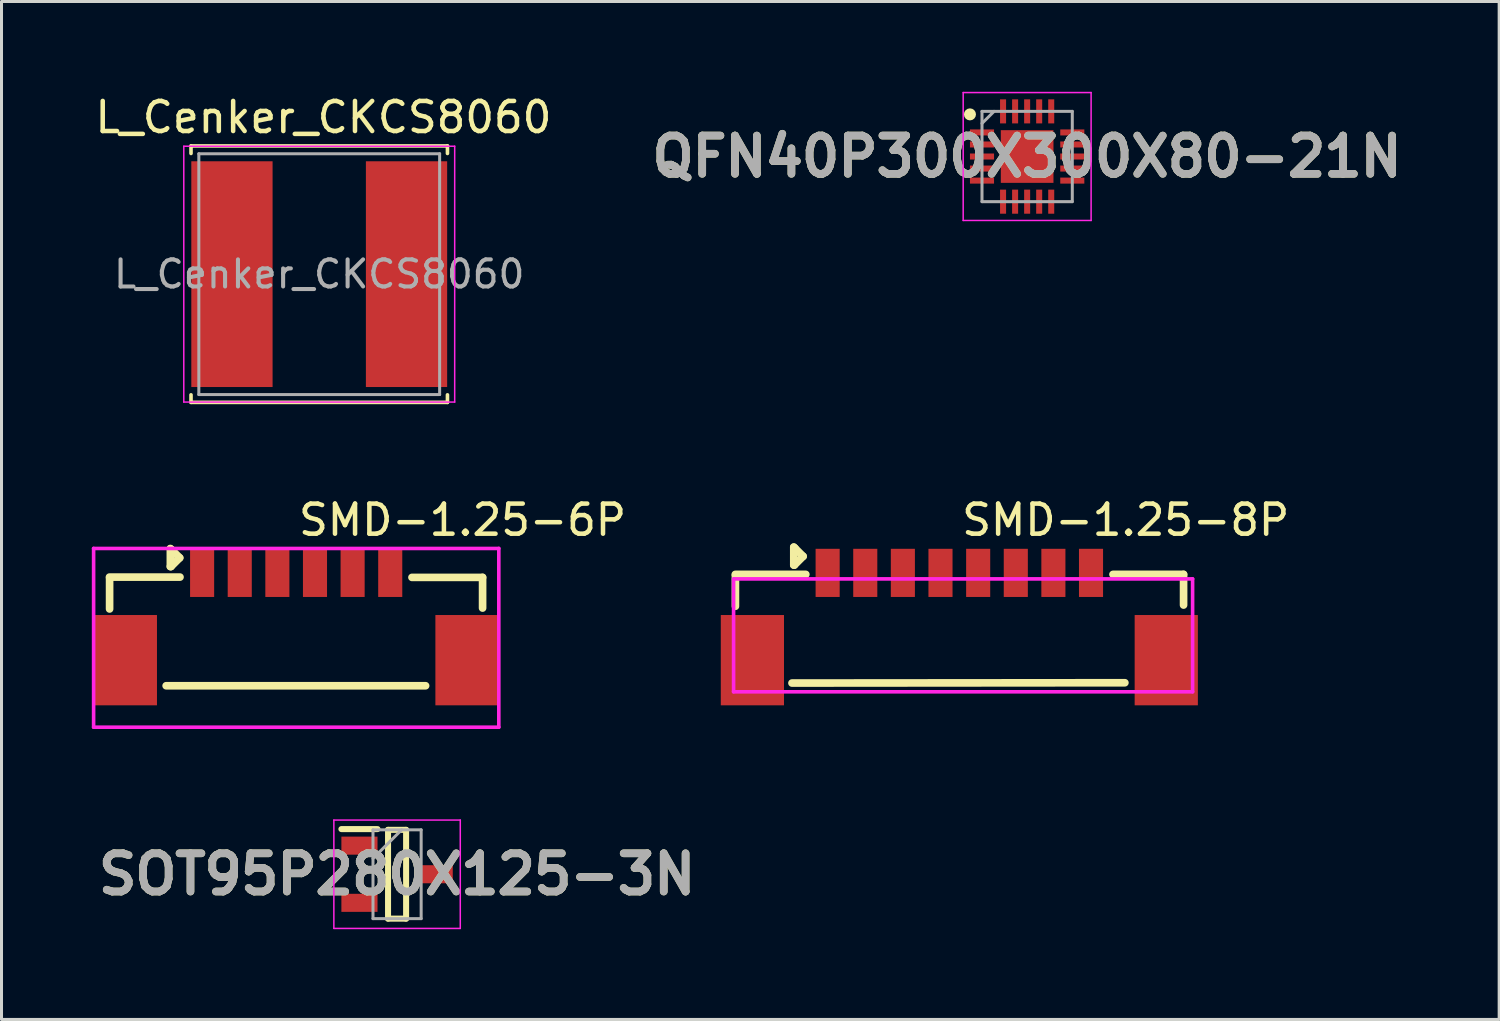
<source format=kicad_pcb>
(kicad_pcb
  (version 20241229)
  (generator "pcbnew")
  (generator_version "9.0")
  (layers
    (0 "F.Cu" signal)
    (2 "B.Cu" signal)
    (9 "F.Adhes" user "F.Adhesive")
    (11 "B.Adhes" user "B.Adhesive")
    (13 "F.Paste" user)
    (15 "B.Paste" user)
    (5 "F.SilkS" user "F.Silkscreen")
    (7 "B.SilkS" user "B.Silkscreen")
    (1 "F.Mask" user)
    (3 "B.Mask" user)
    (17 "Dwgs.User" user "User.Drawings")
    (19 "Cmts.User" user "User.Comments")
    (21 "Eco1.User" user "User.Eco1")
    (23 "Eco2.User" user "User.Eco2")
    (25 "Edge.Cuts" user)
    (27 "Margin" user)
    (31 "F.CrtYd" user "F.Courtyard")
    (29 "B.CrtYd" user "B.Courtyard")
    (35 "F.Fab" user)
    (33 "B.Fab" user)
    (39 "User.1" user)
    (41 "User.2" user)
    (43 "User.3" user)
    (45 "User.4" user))
  (footprint "SMD-1.25-6P"
    (layer "F.Cu")
    (at 6.79 17.433)
    (property "Reference" "SMD-1.25-6P" (at 0 -3.207 0) (layer "F.SilkS") (effects (font (size 1 1) (thickness 0.15)) (justify left)))
    (attr through_hole)
    (fp_line (start -6.199 -1.27) (end -6.199 -0.251) (stroke (width 0.254) (type solid)) (layer "F.SilkS"))
    (fp_line (start -4.18 -2.25) (end -4.18 -1.661) (stroke (width 0.254) (type solid)) (layer "F.SilkS"))
    (fp_line (start -4.18 -1.661) (end -4.159 -1.661) (stroke (width 0.254) (type solid)) (layer "F.SilkS"))
    (fp_line (start -4.159 -1.661) (end -3.87 -1.95) (stroke (width 0.254) (type solid)) (layer "F.SilkS"))
    (fp_line (start -4.139 -2.219) (end -4.18 -2.26) (stroke (width 0.254) (type solid)) (layer "F.SilkS"))
    (fp_line (start -3.87 -1.95) (end -4.139 -2.219) (stroke (width 0.254) (type solid)) (layer "F.SilkS"))
    (fp_line (start -3.86 -1.31) (end -6.203 -1.31) (stroke (width 0.254) (type solid)) (layer "F.SilkS"))
    (fp_line (start 4.3 2.3) (end -4.32 2.3) (stroke (width 0.254) (type solid)) (layer "F.SilkS"))
    (fp_line (start 6.193 -1.3) (end 3.847 -1.3) (stroke (width 0.254) (type solid)) (layer "F.SilkS"))
    (fp_line (start 6.193 -1.3) (end 6.193 -0.281) (stroke (width 0.254) (type solid)) (layer "F.SilkS"))
    (fp_poly (pts (xy -6.725 -0.05) (xy -4.625 -0.05) (xy -4.625 2.95) (xy -6.725 2.95)) (stroke (width 0.12) (type solid)) (fill no) (layer "Eco2.User"))
    (fp_poly (pts (xy -3.525 -2.25) (xy -2.725 -2.25) (xy -2.725 -0.65) (xy -3.525 -0.65)) (stroke (width 0.12) (type solid)) (fill no) (layer "Eco2.User"))
    (fp_poly (pts (xy -2.275 -2.25) (xy -1.475 -2.25) (xy -1.475 -0.65) (xy -2.275 -0.65)) (stroke (width 0.12) (type solid)) (fill no) (layer "Eco2.User"))
    (fp_poly (pts (xy -1.025 -2.25) (xy -0.225 -2.25) (xy -0.225 -0.65) (xy -1.025 -0.65)) (stroke (width 0.12) (type solid)) (fill no) (layer "Eco2.User"))
    (fp_poly (pts (xy 0.225 -2.25) (xy 1.025 -2.25) (xy 1.025 -0.65) (xy 0.225 -0.65)) (stroke (width 0.12) (type solid)) (fill no) (layer "Eco2.User"))
    (fp_poly (pts (xy 1.475 -2.25) (xy 2.275 -2.25) (xy 2.275 -0.65) (xy 1.475 -0.65)) (stroke (width 0.12) (type solid)) (fill no) (layer "Eco2.User"))
    (fp_poly (pts (xy 2.725 -2.25) (xy 3.525 -2.25) (xy 3.525 -0.65) (xy 2.725 -0.65)) (stroke (width 0.12) (type solid)) (fill no) (layer "Eco2.User"))
    (fp_poly (pts (xy 4.625 -0.05) (xy 6.725 -0.05) (xy 6.725 2.95) (xy 4.625 2.95)) (stroke (width 0.12) (type solid)) (fill no) (layer "Eco2.User"))
    (fp_line (start -6.73 -2.262) (end 6.732 -2.262) (stroke (width 0.12) (type solid)) (layer "F.CrtYd"))
    (fp_line (start -6.73 3.677) (end -6.73 -2.262) (stroke (width 0.12) (type solid)) (layer "F.CrtYd"))
    (fp_line (start 6.732 -2.262) (end 6.732 3.677) (stroke (width 0.12) (type solid)) (layer "F.CrtYd"))
    (fp_line (start 6.732 3.677) (end -6.73 3.677) (stroke (width 0.12) (type solid)) (layer "F.CrtYd"))
    (pad "1" smd rect (at -3.125 -1.45) (size 0.8 1.6) (layers "F.Cu" "F.Mask" "F.Paste"))
    (pad "2" smd rect (at -1.875 -1.45) (size 0.8 1.6) (layers "F.Cu" "F.Mask" "F.Paste"))
    (pad "3" smd rect (at -0.625 -1.45) (size 0.8 1.6) (layers "F.Cu" "F.Mask" "F.Paste"))
    (pad "4" smd rect (at 0.625 -1.45) (size 0.8 1.6) (layers "F.Cu" "F.Mask" "F.Paste"))
    (pad "5" smd rect (at 1.875 -1.45) (size 0.8 1.6) (layers "F.Cu" "F.Mask" "F.Paste"))
    (pad "6" smd rect (at 3.125 -1.45) (size 0.8 1.6) (layers "F.Cu" "F.Mask" "F.Paste"))
    (pad "7" smd rect (at -5.675 1.45) (size 2.1 3) (layers "F.Cu" "F.Mask" "F.Paste"))
    (pad "8" smd rect (at 5.675 1.45) (size 2.1 3) (layers "F.Cu" "F.Mask" "F.Paste")))
  (footprint "L_Cenker_CKCS8060"
    (layer "F.Cu")
    (at 7.556 6.058)
    (property "Reference" "L_Cenker_CKCS8060" (at 0.14 -5.21 180) (layer "F.SilkS") (effects (font (size 1 1) (thickness 0.15))))
    (attr smd)
    (fp_line (start -4.26 -4.26) (end -4.26 -4.01) (stroke (width 0.12) (type solid)) (layer "F.SilkS"))
    (fp_line (start -4.26 -4.26) (end 4.26 -4.26) (stroke (width 0.12) (type solid)) (layer "F.SilkS"))
    (fp_line (start -4.26 4.26) (end -4.26 4.01) (stroke (width 0.12) (type solid)) (layer "F.SilkS"))
    (fp_line (start -4.26 4.26) (end 4.26 4.26) (stroke (width 0.12) (type solid)) (layer "F.SilkS"))
    (fp_line (start 4.26 -4.26) (end 4.26 -4.01) (stroke (width 0.12) (type solid)) (layer "F.SilkS"))
    (fp_line (start 4.26 4.26) (end 4.26 4.01) (stroke (width 0.12) (type solid)) (layer "F.SilkS"))
    (fp_line (start -4.5 -4.25) (end -4.5 4.25) (stroke (width 0.05) (type solid)) (layer "F.CrtYd"))
    (fp_line (start -4.5 4.25) (end 4.5 4.25) (stroke (width 0.05) (type solid)) (layer "F.CrtYd"))
    (fp_line (start 4.5 -4.25) (end -4.5 -4.25) (stroke (width 0.05) (type solid)) (layer "F.CrtYd"))
    (fp_line (start 4.5 4.25) (end 4.5 -4.25) (stroke (width 0.05) (type solid)) (layer "F.CrtYd"))
    (fp_line (start -4 -4) (end -4 4) (stroke (width 0.1) (type solid)) (layer "F.Fab"))
    (fp_line (start -4 4) (end 4 4) (stroke (width 0.1) (type solid)) (layer "F.Fab"))
    (fp_line (start 4 -4) (end -4 -4) (stroke (width 0.1) (type solid)) (layer "F.Fab"))
    (fp_line (start 4 4) (end 4 -4) (stroke (width 0.1) (type solid)) (layer "F.Fab"))
    (fp_text user "${REFERENCE}" (at 0 0 180) (layer "F.Fab") (effects (font (size 0.9 0.9) (thickness 0.135))))
    (pad "1" smd rect (at -2.9 0) (size 2.7 7.5) (layers "F.Cu" "F.Mask" "F.Paste"))
    (pad "2" smd rect (at 2.9 0) (size 2.7 7.5) (layers "F.Cu" "F.Mask" "F.Paste")))
  (footprint "SOT95P280X125-3N"
    (layer "F.Cu")
    (at 10.142 25.995)
    (property "Reference" "SOT95P280X125-3N" (at 0 0 0) (layer "F.SilkS") (effects (font (size 1.27 1.27) (thickness 0.254))))
    (attr smd)
    (fp_line (start -1.85 -1.5) (end -0.65 -1.5) (stroke (width 0.2) (type solid)) (layer "F.SilkS"))
    (fp_line (start -0.3 -1.475) (end 0.3 -1.475) (stroke (width 0.2) (type solid)) (layer "F.SilkS"))
    (fp_line (start -0.3 1.475) (end -0.3 -1.475) (stroke (width 0.2) (type solid)) (layer "F.SilkS"))
    (fp_line (start 0.3 -1.475) (end 0.3 1.475) (stroke (width 0.2) (type solid)) (layer "F.SilkS"))
    (fp_line (start 0.3 1.475) (end -0.3 1.475) (stroke (width 0.2) (type solid)) (layer "F.SilkS"))
    (fp_line (start -2.1 -1.8) (end 2.1 -1.8) (stroke (width 0.05) (type solid)) (layer "F.CrtYd"))
    (fp_line (start -2.1 1.8) (end -2.1 -1.8) (stroke (width 0.05) (type solid)) (layer "F.CrtYd"))
    (fp_line (start 2.1 -1.8) (end 2.1 1.8) (stroke (width 0.05) (type solid)) (layer "F.CrtYd"))
    (fp_line (start 2.1 1.8) (end -2.1 1.8) (stroke (width 0.05) (type solid)) (layer "F.CrtYd"))
    (fp_line (start -0.8 -1.475) (end 0.8 -1.475) (stroke (width 0.1) (type solid)) (layer "F.Fab"))
    (fp_line (start -0.8 -0.525) (end 0.15 -1.475) (stroke (width 0.1) (type solid)) (layer "F.Fab"))
    (fp_line (start -0.8 1.475) (end -0.8 -1.475) (stroke (width 0.1) (type solid)) (layer "F.Fab"))
    (fp_line (start 0.8 -1.475) (end 0.8 1.475) (stroke (width 0.1) (type solid)) (layer "F.Fab"))
    (fp_line (start 0.8 1.475) (end -0.8 1.475) (stroke (width 0.1) (type solid)) (layer "F.Fab"))
    (fp_text user "${REFERENCE}" (at 0 0 0) (layer "F.Fab") (effects (font (size 1.27 1.27) (thickness 0.254))))
    (pad "1" smd rect (at -1.25 -0.95 90) (size 0.6 1.2) (layers "F.Cu" "F.Mask" "F.Paste"))
    (pad "2" smd rect (at -1.25 0.95 90) (size 0.6 1.2) (layers "F.Cu" "F.Mask" "F.Paste"))
    (pad "3" smd rect (at 1.25 0 90) (size 0.6 1.2) (layers "F.Cu" "F.Mask" "F.Paste")))
  (footprint "SMD-1.25-8P"
    (layer "F.Cu")
    (at 28.822 17.433)
    (property "Reference" "SMD-1.25-8P" (at 0 -3.207 0) (layer "F.SilkS") (effects (font (size 1 1) (thickness 0.15)) (justify left)))
    (attr through_hole)
    (fp_line (start -7.439 -1.36) (end -7.439 -0.341) (stroke (width 0.254) (type solid)) (layer "F.SilkS"))
    (fp_line (start -5.5 -2.3) (end -5.5 -1.711) (stroke (width 0.254) (type solid)) (layer "F.SilkS"))
    (fp_line (start -5.5 -1.711) (end -5.479 -1.711) (stroke (width 0.254) (type solid)) (layer "F.SilkS"))
    (fp_line (start -5.479 -1.711) (end -5.19 -2) (stroke (width 0.254) (type solid)) (layer "F.SilkS"))
    (fp_line (start -5.459 -2.269) (end -5.5 -2.31) (stroke (width 0.254) (type solid)) (layer "F.SilkS"))
    (fp_line (start -5.19 -2) (end -5.459 -2.269) (stroke (width 0.254) (type solid)) (layer "F.SilkS"))
    (fp_line (start -5.1 -1.4) (end -7.443 -1.4) (stroke (width 0.254) (type solid)) (layer "F.SilkS"))
    (fp_line (start 5.5 2.2) (end -5.56 2.21) (stroke (width 0.254) (type solid)) (layer "F.SilkS"))
    (fp_line (start 7.45 -1.4) (end 5.105 -1.4) (stroke (width 0.254) (type solid)) (layer "F.SilkS"))
    (fp_line (start 7.45 -1.4) (end 7.45 -0.381) (stroke (width 0.254) (type solid)) (layer "F.SilkS"))
    (fp_line (start -4.525 -1.26) (end -4.225 -1.26) (stroke (width 0.12) (type solid)) (layer "Eco2.User"))
    (fp_line (start -4.525 -1.24) (end -4.525 -1.26) (stroke (width 0.12) (type solid)) (layer "Eco2.User"))
    (fp_line (start -4.225 -1.26) (end -4.225 -1.24) (stroke (width 0.12) (type solid)) (layer "Eco2.User"))
    (fp_line (start -4.225 -1.24) (end -4.525 -1.24) (stroke (width 0.12) (type solid)) (layer "Eco2.User"))
    (fp_line (start -3.275 -1.26) (end -2.975 -1.26) (stroke (width 0.12) (type solid)) (layer "Eco2.User"))
    (fp_line (start -3.275 -1.24) (end -3.275 -1.26) (stroke (width 0.12) (type solid)) (layer "Eco2.User"))
    (fp_line (start -2.975 -1.26) (end -2.975 -1.24) (stroke (width 0.12) (type solid)) (layer "Eco2.User"))
    (fp_line (start -2.975 -1.24) (end -3.275 -1.24) (stroke (width 0.12) (type solid)) (layer "Eco2.User"))
    (fp_line (start -2.026 -1.26) (end -1.726 -1.26) (stroke (width 0.12) (type solid)) (layer "Eco2.User"))
    (fp_line (start -2.026 -1.24) (end -2.026 -1.26) (stroke (width 0.12) (type solid)) (layer "Eco2.User"))
    (fp_line (start -1.726 -1.26) (end -1.726 -1.24) (stroke (width 0.12) (type solid)) (layer "Eco2.User"))
    (fp_line (start -1.726 -1.24) (end -2.026 -1.24) (stroke (width 0.12) (type solid)) (layer "Eco2.User"))
    (fp_line (start -0.776 -1.26) (end -0.476 -1.26) (stroke (width 0.12) (type solid)) (layer "Eco2.User"))
    (fp_line (start -0.776 -1.24) (end -0.776 -1.26) (stroke (width 0.12) (type solid)) (layer "Eco2.User"))
    (fp_line (start -0.476 -1.26) (end -0.476 -1.24) (stroke (width 0.12) (type solid)) (layer "Eco2.User"))
    (fp_line (start -0.476 -1.24) (end -0.776 -1.24) (stroke (width 0.12) (type solid)) (layer "Eco2.User"))
    (fp_line (start 0.476 -1.26) (end 0.776 -1.26) (stroke (width 0.12) (type solid)) (layer "Eco2.User"))
    (fp_line (start 0.476 -1.24) (end 0.476 -1.26) (stroke (width 0.12) (type solid)) (layer "Eco2.User"))
    (fp_line (start 0.776 -1.26) (end 0.776 -1.24) (stroke (width 0.12) (type solid)) (layer "Eco2.User"))
    (fp_line (start 0.776 -1.24) (end 0.476 -1.24) (stroke (width 0.12) (type solid)) (layer "Eco2.User"))
    (fp_line (start 1.726 -1.26) (end 2.026 -1.26) (stroke (width 0.12) (type solid)) (layer "Eco2.User"))
    (fp_line (start 1.726 -1.24) (end 1.726 -1.26) (stroke (width 0.12) (type solid)) (layer "Eco2.User"))
    (fp_line (start 2.026 -1.26) (end 2.026 -1.24) (stroke (width 0.12) (type solid)) (layer "Eco2.User"))
    (fp_line (start 2.026 -1.24) (end 1.726 -1.24) (stroke (width 0.12) (type solid)) (layer "Eco2.User"))
    (fp_line (start 2.975 -1.26) (end 3.275 -1.26) (stroke (width 0.12) (type solid)) (layer "Eco2.User"))
    (fp_line (start 2.975 -1.24) (end 2.975 -1.26) (stroke (width 0.12) (type solid)) (layer "Eco2.User"))
    (fp_line (start 3.275 -1.26) (end 3.275 -1.24) (stroke (width 0.12) (type solid)) (layer "Eco2.User"))
    (fp_line (start 3.275 -1.24) (end 2.975 -1.24) (stroke (width 0.12) (type solid)) (layer "Eco2.User"))
    (fp_line (start 4.225 -1.26) (end 4.525 -1.26) (stroke (width 0.12) (type solid)) (layer "Eco2.User"))
    (fp_line (start 4.225 -1.24) (end 4.225 -1.26) (stroke (width 0.12) (type solid)) (layer "Eco2.User"))
    (fp_line (start 4.525 -1.26) (end 4.525 -1.24) (stroke (width 0.12) (type solid)) (layer "Eco2.User"))
    (fp_line (start 4.525 -1.24) (end 4.225 -1.24) (stroke (width 0.12) (type solid)) (layer "Eco2.User"))
    (fp_poly (pts (xy -7.584 0.369) (xy -6.084 0.369) (xy -6.084 2.369) (xy -7.584 2.369)) (stroke (width 0.12) (type solid)) (fill no) (layer "Eco2.User"))
    (fp_poly (pts (xy -4.525 -1.25) (xy -4.525 -1.9) (xy -4.225 -1.9) (xy -4.225 -1.25)) (stroke (width 0.12) (type solid)) (fill no) (layer "Eco2.User"))
    (fp_poly (pts (xy -3.275 -1.25) (xy -3.275 -1.9) (xy -2.975 -1.9) (xy -2.975 -1.25)) (stroke (width 0.12) (type solid)) (fill no) (layer "Eco2.User"))
    (fp_poly (pts (xy -2.026 -1.25) (xy -2.026 -1.9) (xy -1.726 -1.9) (xy -1.726 -1.25)) (stroke (width 0.12) (type solid)) (fill no) (layer "Eco2.User"))
    (fp_poly (pts (xy -0.776 -1.25) (xy -0.776 -1.9) (xy -0.476 -1.9) (xy -0.476 -1.25)) (stroke (width 0.12) (type solid)) (fill no) (layer "Eco2.User"))
    (fp_poly (pts (xy 0.476 -1.25) (xy 0.476 -1.9) (xy 0.776 -1.9) (xy 0.776 -1.25)) (stroke (width 0.12) (type solid)) (fill no) (layer "Eco2.User"))
    (fp_poly (pts (xy 1.726 -1.25) (xy 1.726 -1.9) (xy 2.026 -1.9) (xy 2.026 -1.25)) (stroke (width 0.12) (type solid)) (fill no) (layer "Eco2.User"))
    (fp_poly (pts (xy 2.975 -1.25) (xy 2.975 -1.9) (xy 3.275 -1.9) (xy 3.275 -1.25)) (stroke (width 0.12) (type solid)) (fill no) (layer "Eco2.User"))
    (fp_poly (pts (xy 4.225 -1.25) (xy 4.225 -1.9) (xy 4.525 -1.9) (xy 4.525 -1.25)) (stroke (width 0.12) (type solid)) (fill no) (layer "Eco2.User"))
    (fp_poly (pts (xy 6.049 0.364) (xy 7.549 0.364) (xy 7.549 2.364) (xy 6.049 2.364)) (stroke (width 0.12) (type solid)) (fill no) (layer "Eco2.User"))
    (fp_line (start -7.5 -1.25) (end 7.75 -1.25) (stroke (width 0.12) (type solid)) (layer "F.CrtYd"))
    (fp_line (start -7.5 2.5) (end -7.5 -1.25) (stroke (width 0.12) (type solid)) (layer "F.CrtYd"))
    (fp_line (start 7.75 -1.25) (end 7.75 2.5) (stroke (width 0.12) (type solid)) (layer "F.CrtYd"))
    (fp_line (start 7.75 2.5) (end -7.5 2.5) (stroke (width 0.12) (type solid)) (layer "F.CrtYd"))
    (pad "1" smd rect (at -4.375 -1.45) (size 0.8 1.6) (layers "F.Cu" "F.Mask" "F.Paste"))
    (pad "2" smd rect (at -3.125 -1.45) (size 0.8 1.6) (layers "F.Cu" "F.Mask" "F.Paste"))
    (pad "3" smd rect (at -1.876 -1.45) (size 0.8 1.6) (layers "F.Cu" "F.Mask" "F.Paste"))
    (pad "4" smd rect (at -0.626 -1.45) (size 0.8 1.6) (layers "F.Cu" "F.Mask" "F.Paste"))
    (pad "5" smd rect (at 0.626 -1.45) (size 0.8 1.6) (layers "F.Cu" "F.Mask" "F.Paste"))
    (pad "6" smd rect (at 1.876 -1.45) (size 0.8 1.6) (layers "F.Cu" "F.Mask" "F.Paste"))
    (pad "7" smd rect (at 3.125 -1.45) (size 0.8 1.6) (layers "F.Cu" "F.Mask" "F.Paste"))
    (pad "8" smd rect (at 4.375 -1.45) (size 0.8 1.6) (layers "F.Cu" "F.Mask" "F.Paste"))
    (pad "9" smd rect (at -6.875 1.45) (size 2.1 3) (layers "F.Cu" "F.Mask" "F.Paste"))
    (pad "10" smd rect (at 6.875 1.45) (size 2.1 3) (layers "F.Cu" "F.Mask" "F.Paste")))
  (footprint "QFN40P300X300X80-21N"
    (layer "F.Cu")
    (at 31.075 2.15)
    (property "Reference" "QFN40P300X300X80-21N" (at 0 0 0) (layer "F.SilkS") (effects (font (size 1.27 1.27) (thickness 0.254))))
    (attr smd)
    (fp_circle (center -1.9 -1.4) (end -1.9 -1.3) (stroke (width 0.2) (type solid)) (fill no) (layer "F.SilkS"))
    (fp_line (start -2.125 -2.125) (end 2.125 -2.125) (stroke (width 0.05) (type solid)) (layer "F.CrtYd"))
    (fp_line (start -2.125 2.125) (end -2.125 -2.125) (stroke (width 0.05) (type solid)) (layer "F.CrtYd"))
    (fp_line (start 2.125 -2.125) (end 2.125 2.125) (stroke (width 0.05) (type solid)) (layer "F.CrtYd"))
    (fp_line (start 2.125 2.125) (end -2.125 2.125) (stroke (width 0.05) (type solid)) (layer "F.CrtYd"))
    (fp_line (start -1.5 -1.5) (end 1.5 -1.5) (stroke (width 0.1) (type solid)) (layer "F.Fab"))
    (fp_line (start -1.5 -1.1) (end -1.1 -1.5) (stroke (width 0.1) (type solid)) (layer "F.Fab"))
    (fp_line (start -1.5 1.5) (end -1.5 -1.5) (stroke (width 0.1) (type solid)) (layer "F.Fab"))
    (fp_line (start 1.5 -1.5) (end 1.5 1.5) (stroke (width 0.1) (type solid)) (layer "F.Fab"))
    (fp_line (start 1.5 1.5) (end -1.5 1.5) (stroke (width 0.1) (type solid)) (layer "F.Fab"))
    (fp_text user "${REFERENCE}" (at 0 0 0) (layer "F.Fab") (effects (font (size 1.27 1.27) (thickness 0.254))))
    (pad "1" smd rect (at -1.5 -0.8 90) (size 0.2 0.8) (layers "F.Cu" "F.Mask" "F.Paste"))
    (pad "2" smd rect (at -1.5 -0.4 90) (size 0.2 0.8) (layers "F.Cu" "F.Mask" "F.Paste"))
    (pad "3" smd rect (at -1.5 0 90) (size 0.2 0.8) (layers "F.Cu" "F.Mask" "F.Paste"))
    (pad "4" smd rect (at -1.5 0.4 90) (size 0.2 0.8) (layers "F.Cu" "F.Mask" "F.Paste"))
    (pad "5" smd rect (at -1.5 0.8 90) (size 0.2 0.8) (layers "F.Cu" "F.Mask" "F.Paste"))
    (pad "6" smd rect (at -0.8 1.5) (size 0.2 0.8) (layers "F.Cu" "F.Mask" "F.Paste"))
    (pad "7" smd rect (at -0.4 1.5) (size 0.2 0.8) (layers "F.Cu" "F.Mask" "F.Paste"))
    (pad "8" smd rect (at 0 1.5) (size 0.2 0.8) (layers "F.Cu" "F.Mask" "F.Paste"))
    (pad "9" smd rect (at 0.4 1.5) (size 0.2 0.8) (layers "F.Cu" "F.Mask" "F.Paste"))
    (pad "10" smd rect (at 0.8 1.5) (size 0.2 0.8) (layers "F.Cu" "F.Mask" "F.Paste"))
    (pad "11" smd rect (at 1.5 0.8 90) (size 0.2 0.8) (layers "F.Cu" "F.Mask" "F.Paste"))
    (pad "12" smd rect (at 1.5 0.4 90) (size 0.2 0.8) (layers "F.Cu" "F.Mask" "F.Paste"))
    (pad "13" smd rect (at 1.5 0 90) (size 0.2 0.8) (layers "F.Cu" "F.Mask" "F.Paste"))
    (pad "14" smd rect (at 1.5 -0.4 90) (size 0.2 0.8) (layers "F.Cu" "F.Mask" "F.Paste"))
    (pad "15" smd rect (at 1.5 -0.8 90) (size 0.2 0.8) (layers "F.Cu" "F.Mask" "F.Paste"))
    (pad "16" smd rect (at 0.8 -1.5) (size 0.2 0.8) (layers "F.Cu" "F.Mask" "F.Paste"))
    (pad "17" smd rect (at 0.4 -1.5) (size 0.2 0.8) (layers "F.Cu" "F.Mask" "F.Paste"))
    (pad "18" smd rect (at 0 -1.5) (size 0.2 0.8) (layers "F.Cu" "F.Mask" "F.Paste"))
    (pad "19" smd rect (at -0.4 -1.5) (size 0.2 0.8) (layers "F.Cu" "F.Mask" "F.Paste"))
    (pad "20" smd rect (at -0.8 -1.5) (size 0.2 0.8) (layers "F.Cu" "F.Mask" "F.Paste"))
    (pad "21" smd rect (at 0 0) (size 1.75 1.75) (layers "F.Cu" "F.Mask" "F.Paste")))
  (gr_rect
    (start -3 -3)
    (end 46.757 30.82)
    (stroke (width 0.1) (type default))
    (fill no)
    (layer "Edge.Cuts")))
</source>
